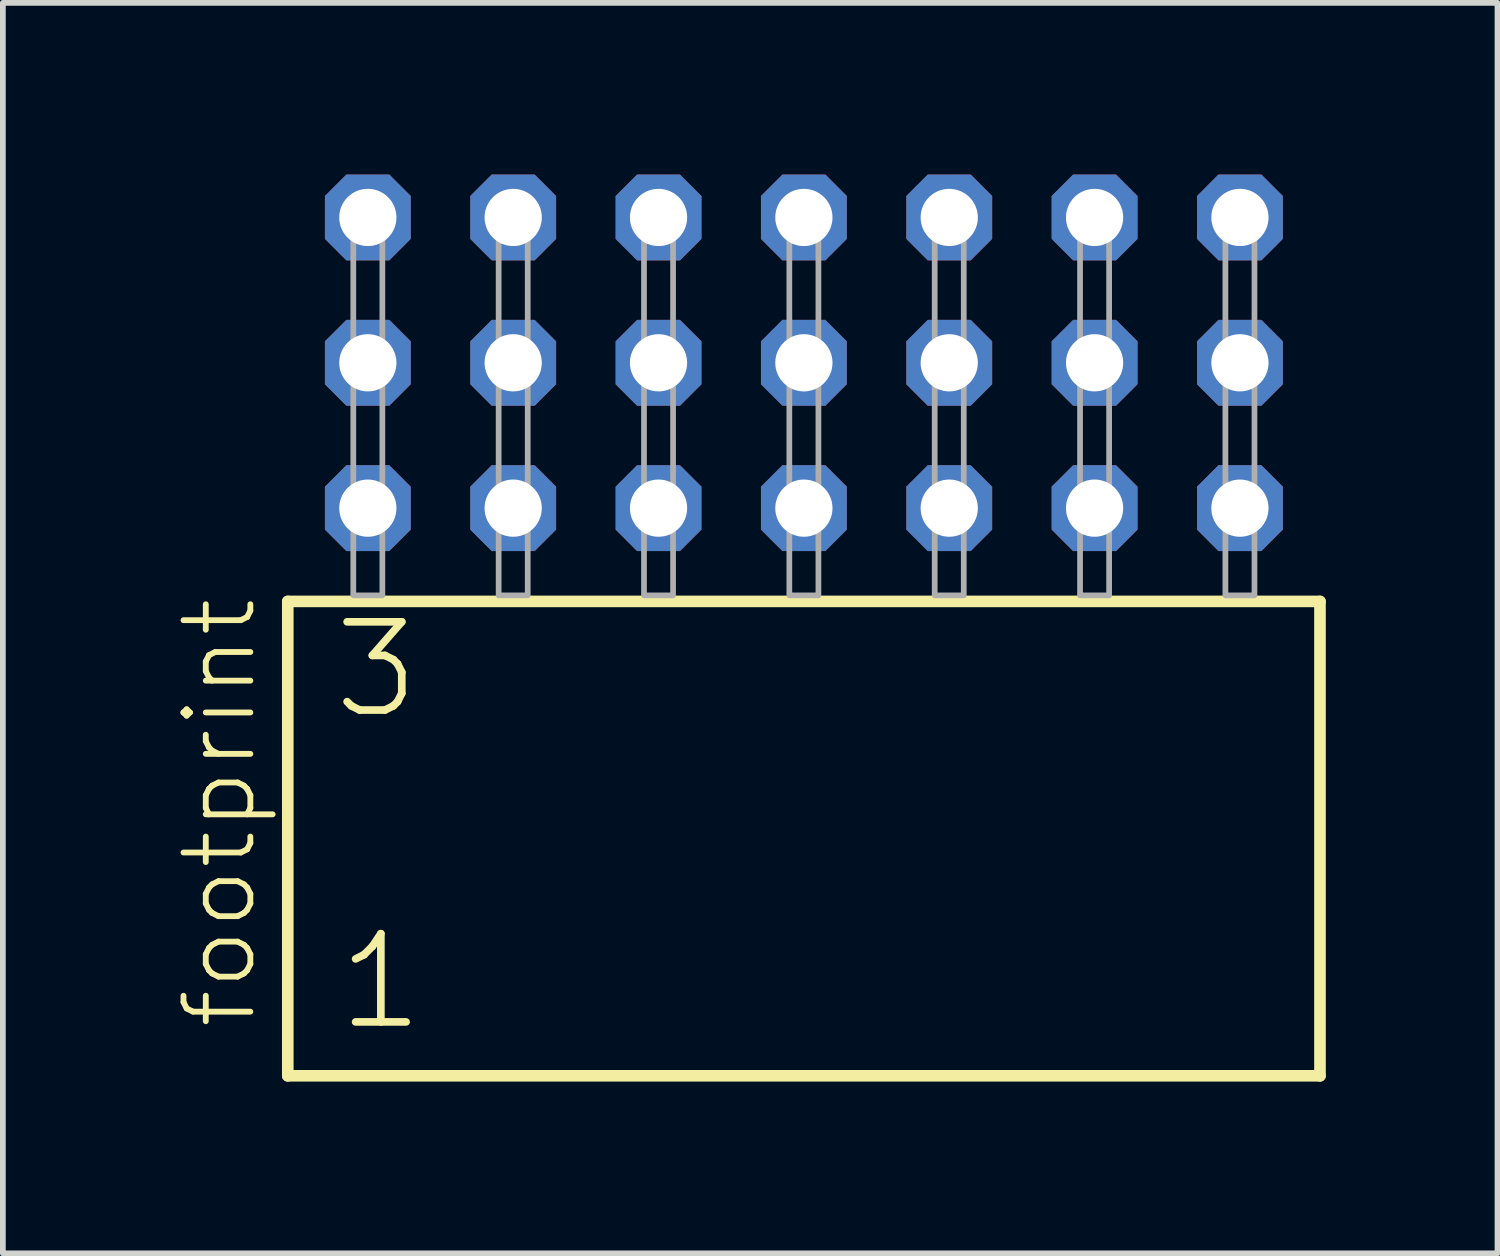
<source format=kicad_pcb>
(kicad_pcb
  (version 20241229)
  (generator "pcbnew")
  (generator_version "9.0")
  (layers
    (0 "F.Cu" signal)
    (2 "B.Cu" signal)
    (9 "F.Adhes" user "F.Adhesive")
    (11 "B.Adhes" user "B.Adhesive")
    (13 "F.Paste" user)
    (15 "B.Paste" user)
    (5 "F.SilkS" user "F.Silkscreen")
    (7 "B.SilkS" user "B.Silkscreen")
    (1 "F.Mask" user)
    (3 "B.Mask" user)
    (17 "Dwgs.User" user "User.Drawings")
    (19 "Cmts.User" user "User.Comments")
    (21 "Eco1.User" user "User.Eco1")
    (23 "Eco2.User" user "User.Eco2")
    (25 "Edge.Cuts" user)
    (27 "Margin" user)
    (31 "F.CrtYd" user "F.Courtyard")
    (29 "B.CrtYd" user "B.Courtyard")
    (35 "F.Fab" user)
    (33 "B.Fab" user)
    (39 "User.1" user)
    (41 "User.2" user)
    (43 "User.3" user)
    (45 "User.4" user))
  (footprint "footprint"
    (layer "F.Cu")
    (at 10.998 7.354)
    (property "Reference" "footprint" (at -9.525 7.62 90) (layer "F.SilkS") (effects (font (size 1.168 1.168) (thickness 0.102)) (justify left bottom)))
    (fp_line (start -9.019 0.106) (end -9.019 8.396) (stroke (width 0.203) (type solid)) (layer "F.SilkS"))
    (fp_line (start -9.019 8.396) (end 9.019 8.396) (stroke (width 0.203) (type solid)) (layer "F.SilkS"))
    (fp_line (start 9.019 0.106) (end -9.019 0.106) (stroke (width 0.203) (type solid)) (layer "F.SilkS"))
    (fp_line (start 9.019 8.396) (end 9.019 0.106) (stroke (width 0.203) (type solid)) (layer "F.SilkS"))
    (fp_poly (pts (xy -7.874 0) (xy -7.366 0) (xy -7.366 -6.858) (xy -7.874 -6.858)) (stroke (width 0.1) (type solid)) (fill no) (layer "F.Fab"))
    (fp_poly (pts (xy -5.334 0) (xy -4.826 0) (xy -4.826 -6.858) (xy -5.334 -6.858)) (stroke (width 0.1) (type solid)) (fill no) (layer "F.Fab"))
    (fp_poly (pts (xy -2.794 0) (xy -2.286 0) (xy -2.286 -6.858) (xy -2.794 -6.858)) (stroke (width 0.1) (type solid)) (fill no) (layer "F.Fab"))
    (fp_poly (pts (xy -0.254 0) (xy 0.254 0) (xy 0.254 -6.858) (xy -0.254 -6.858)) (stroke (width 0.1) (type solid)) (fill no) (layer "F.Fab"))
    (fp_poly (pts (xy 2.286 0) (xy 2.794 0) (xy 2.794 -6.858) (xy 2.286 -6.858)) (stroke (width 0.1) (type solid)) (fill no) (layer "F.Fab"))
    (fp_poly (pts (xy 4.826 0) (xy 5.334 0) (xy 5.334 -6.858) (xy 4.826 -6.858)) (stroke (width 0.1) (type solid)) (fill no) (layer "F.Fab"))
    (fp_poly (pts (xy 7.366 0) (xy 7.874 0) (xy 7.874 -6.858) (xy 7.366 -6.858)) (stroke (width 0.1) (type solid)) (fill no) (layer "F.Fab"))
    (fp_text user "1" (at -8.215 7.65 0) (layer "F.SilkS") (effects (font (size 1.542 1.542) (thickness 0.134)) (justify left bottom)))
    (fp_text user "3" (at -8.29 2.2 0) (layer "F.SilkS") (effects (font (size 1.542 1.542) (thickness 0.134)) (justify left bottom)))
    (pad "1" thru_hole roundrect (at -7.62 -1.524) (size 1.5 1.5) (drill 1) (layers "*.Cu" "*.Mask") (roundrect_rratio 0.25) (chamfer_ratio 0.25) (chamfer top_left top_right bottom_left bottom_right))
    (pad "2" thru_hole roundrect (at -7.62 -4.064) (size 1.5 1.5) (drill 1) (layers "*.Cu" "*.Mask") (roundrect_rratio 0.25) (chamfer_ratio 0.25) (chamfer top_left top_right bottom_left bottom_right))
    (pad "3" thru_hole roundrect (at -7.62 -6.604) (size 1.5 1.5) (drill 1) (layers "*.Cu" "*.Mask") (roundrect_rratio 0.25) (chamfer_ratio 0.25) (chamfer top_left top_right bottom_left bottom_right))
    (pad "4" thru_hole roundrect (at -5.08 -1.524) (size 1.5 1.5) (drill 1) (layers "*.Cu" "*.Mask") (roundrect_rratio 0.25) (chamfer_ratio 0.25) (chamfer top_left top_right bottom_left bottom_right))
    (pad "5" thru_hole roundrect (at -5.08 -4.064) (size 1.5 1.5) (drill 1) (layers "*.Cu" "*.Mask") (roundrect_rratio 0.25) (chamfer_ratio 0.25) (chamfer top_left top_right bottom_left bottom_right))
    (pad "6" thru_hole roundrect (at -5.08 -6.604) (size 1.5 1.5) (drill 1) (layers "*.Cu" "*.Mask") (roundrect_rratio 0.25) (chamfer_ratio 0.25) (chamfer top_left top_right bottom_left bottom_right))
    (pad "7" thru_hole roundrect (at -2.54 -1.524) (size 1.5 1.5) (drill 1) (layers "*.Cu" "*.Mask") (roundrect_rratio 0.25) (chamfer_ratio 0.25) (chamfer top_left top_right bottom_left bottom_right))
    (pad "8" thru_hole roundrect (at -2.54 -4.064) (size 1.5 1.5) (drill 1) (layers "*.Cu" "*.Mask") (roundrect_rratio 0.25) (chamfer_ratio 0.25) (chamfer top_left top_right bottom_left bottom_right))
    (pad "9" thru_hole roundrect (at -2.54 -6.604) (size 1.5 1.5) (drill 1) (layers "*.Cu" "*.Mask") (roundrect_rratio 0.25) (chamfer_ratio 0.25) (chamfer top_left top_right bottom_left bottom_right))
    (pad "10" thru_hole roundrect (at 0 -1.524) (size 1.5 1.5) (drill 1) (layers "*.Cu" "*.Mask") (roundrect_rratio 0.25) (chamfer_ratio 0.25) (chamfer top_left top_right bottom_left bottom_right))
    (pad "11" thru_hole roundrect (at 0 -4.064) (size 1.5 1.5) (drill 1) (layers "*.Cu" "*.Mask") (roundrect_rratio 0.25) (chamfer_ratio 0.25) (chamfer top_left top_right bottom_left bottom_right))
    (pad "12" thru_hole roundrect (at 0 -6.604) (size 1.5 1.5) (drill 1) (layers "*.Cu" "*.Mask") (roundrect_rratio 0.25) (chamfer_ratio 0.25) (chamfer top_left top_right bottom_left bottom_right))
    (pad "13" thru_hole roundrect (at 2.54 -1.524) (size 1.5 1.5) (drill 1) (layers "*.Cu" "*.Mask") (roundrect_rratio 0.25) (chamfer_ratio 0.25) (chamfer top_left top_right bottom_left bottom_right))
    (pad "14" thru_hole roundrect (at 2.54 -4.064) (size 1.5 1.5) (drill 1) (layers "*.Cu" "*.Mask") (roundrect_rratio 0.25) (chamfer_ratio 0.25) (chamfer top_left top_right bottom_left bottom_right))
    (pad "15" thru_hole roundrect (at 2.54 -6.604) (size 1.5 1.5) (drill 1) (layers "*.Cu" "*.Mask") (roundrect_rratio 0.25) (chamfer_ratio 0.25) (chamfer top_left top_right bottom_left bottom_right))
    (pad "16" thru_hole roundrect (at 5.08 -1.524) (size 1.5 1.5) (drill 1) (layers "*.Cu" "*.Mask") (roundrect_rratio 0.25) (chamfer_ratio 0.25) (chamfer top_left top_right bottom_left bottom_right))
    (pad "17" thru_hole roundrect (at 5.08 -4.064) (size 1.5 1.5) (drill 1) (layers "*.Cu" "*.Mask") (roundrect_rratio 0.25) (chamfer_ratio 0.25) (chamfer top_left top_right bottom_left bottom_right))
    (pad "18" thru_hole roundrect (at 5.08 -6.604) (size 1.5 1.5) (drill 1) (layers "*.Cu" "*.Mask") (roundrect_rratio 0.25) (chamfer_ratio 0.25) (chamfer top_left top_right bottom_left bottom_right))
    (pad "19" thru_hole roundrect (at 7.62 -1.524) (size 1.5 1.5) (drill 1) (layers "*.Cu" "*.Mask") (roundrect_rratio 0.25) (chamfer_ratio 0.25) (chamfer top_left top_right bottom_left bottom_right))
    (pad "20" thru_hole roundrect (at 7.62 -4.064) (size 1.5 1.5) (drill 1) (layers "*.Cu" "*.Mask") (roundrect_rratio 0.25) (chamfer_ratio 0.25) (chamfer top_left top_right bottom_left bottom_right))
    (pad "21" thru_hole roundrect (at 7.62 -6.604) (size 1.5 1.5) (drill 1) (layers "*.Cu" "*.Mask") (roundrect_rratio 0.25) (chamfer_ratio 0.25) (chamfer top_left top_right bottom_left bottom_right)))
  (gr_rect
    (start -3 -3)
    (end 23.119 18.852)
    (stroke (width 0.1) (type default))
    (fill no)
    (layer "Edge.Cuts")))
</source>
